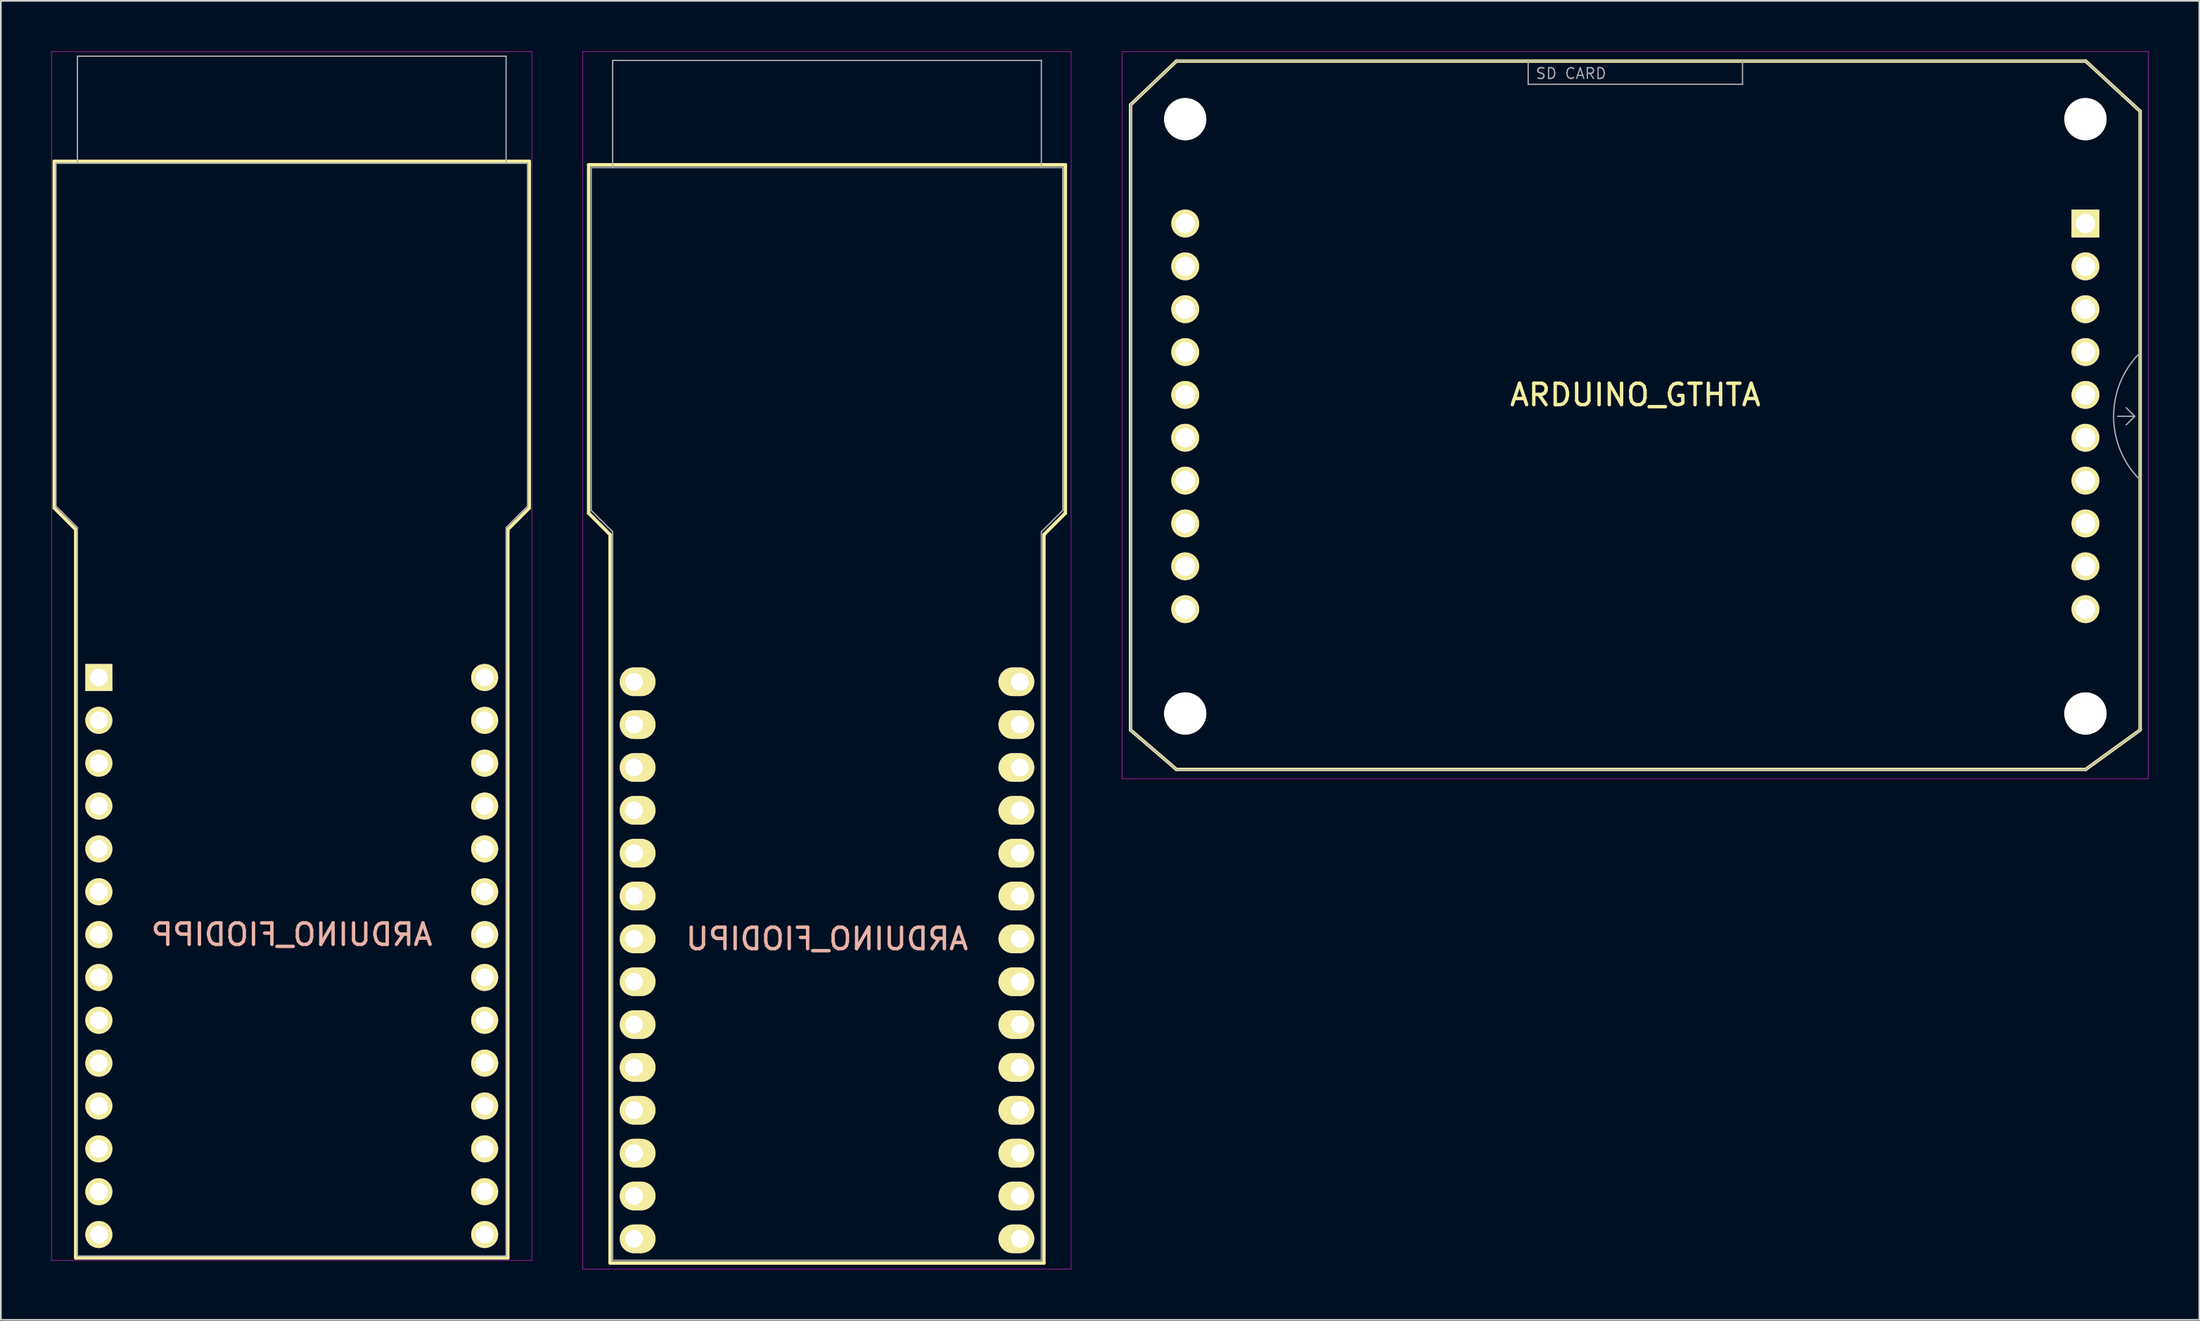
<source format=kicad_pcb>
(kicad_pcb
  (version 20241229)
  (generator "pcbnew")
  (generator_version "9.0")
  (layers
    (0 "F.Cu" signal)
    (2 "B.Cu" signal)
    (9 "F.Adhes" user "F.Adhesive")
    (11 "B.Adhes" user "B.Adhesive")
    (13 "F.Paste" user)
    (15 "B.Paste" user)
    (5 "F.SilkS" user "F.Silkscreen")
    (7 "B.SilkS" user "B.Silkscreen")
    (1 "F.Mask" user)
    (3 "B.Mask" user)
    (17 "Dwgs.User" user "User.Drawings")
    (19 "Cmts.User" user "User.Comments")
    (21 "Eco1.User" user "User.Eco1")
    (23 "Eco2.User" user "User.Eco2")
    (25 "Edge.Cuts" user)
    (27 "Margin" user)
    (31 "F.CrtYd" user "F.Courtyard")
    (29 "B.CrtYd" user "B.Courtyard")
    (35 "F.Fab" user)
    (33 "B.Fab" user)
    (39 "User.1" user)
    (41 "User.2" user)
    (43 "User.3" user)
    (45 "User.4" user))
  (footprint "ARDUINO_GTHTA"
    (layer "F.Cu")
    (at 93.846 21.628)
    (property "Reference" "ARDUINO_GTHTA" (at 0 -1.27 0) (layer "F.SilkS") (effects (font (size 1.27 1.27) (thickness 0.203))))
    (attr through_hole)
    (fp_line (start -29.909 -18.466) (end -27.191 -21.057) (stroke (width 0.203) (type solid)) (layer "F.SilkS"))
    (fp_line (start -29.909 18.593) (end -29.909 -18.466) (stroke (width 0.203) (type solid)) (layer "F.SilkS"))
    (fp_line (start -27.191 -21.057) (end 26.683 -21.057) (stroke (width 0.203) (type solid)) (layer "F.SilkS"))
    (fp_line (start -27.191 20.93) (end -29.909 18.593) (stroke (width 0.203) (type solid)) (layer "F.SilkS"))
    (fp_line (start 26.683 -21.057) (end 29.909 -18.085) (stroke (width 0.203) (type solid)) (layer "F.SilkS"))
    (fp_line (start 26.683 20.93) (end -27.191 20.93) (stroke (width 0.203) (type solid)) (layer "F.SilkS"))
    (fp_line (start 29.909 -18.085) (end 29.909 18.593) (stroke (width 0.203) (type solid)) (layer "F.SilkS"))
    (fp_line (start 29.909 18.593) (end 26.683 20.93) (stroke (width 0.203) (type solid)) (layer "F.SilkS"))
    (fp_line (start -30.404 -21.615) (end 30.404 -21.615) (stroke (width 0.025) (type solid)) (layer "F.CrtYd"))
    (fp_line (start -30.404 21.488) (end -30.404 -21.615) (stroke (width 0.025) (type solid)) (layer "F.CrtYd"))
    (fp_line (start 30.404 -21.615) (end 30.404 21.488) (stroke (width 0.025) (type solid)) (layer "F.CrtYd"))
    (fp_line (start 30.404 21.488) (end -30.404 21.488) (stroke (width 0.025) (type solid)) (layer "F.CrtYd"))
    (fp_line (start -29.896 -18.479) (end -27.178 -21.069) (stroke (width 0.076) (type solid)) (layer "F.Fab"))
    (fp_line (start -29.896 18.605) (end -29.896 -18.479) (stroke (width 0.076) (type solid)) (layer "F.Fab"))
    (fp_line (start -27.178 -21.069) (end 26.67 -21.069) (stroke (width 0.076) (type solid)) (layer "F.Fab"))
    (fp_line (start -27.178 20.942) (end -29.896 18.605) (stroke (width 0.076) (type solid)) (layer "F.Fab"))
    (fp_line (start -6.35 -21.069) (end -6.35 -19.685) (stroke (width 0.076) (type solid)) (layer "F.Fab"))
    (fp_line (start -6.35 -19.685) (end 6.35 -19.685) (stroke (width 0.076) (type solid)) (layer "F.Fab"))
    (fp_line (start 6.35 -19.685) (end 6.35 -21.069) (stroke (width 0.076) (type solid)) (layer "F.Fab"))
    (fp_line (start 26.67 -21.069) (end 29.896 -18.098) (stroke (width 0.076) (type solid)) (layer "F.Fab"))
    (fp_line (start 26.67 20.942) (end -27.178 20.942) (stroke (width 0.076) (type solid)) (layer "F.Fab"))
    (fp_line (start 29.591 0) (end 28.575 0) (stroke (width 0.076) (type solid)) (layer "F.Fab"))
    (fp_line (start 29.591 0) (end 29.083 -0.508) (stroke (width 0.076) (type solid)) (layer "F.Fab"))
    (fp_line (start 29.591 0) (end 29.083 0.508) (stroke (width 0.076) (type solid)) (layer "F.Fab"))
    (fp_line (start 29.896 -18.098) (end 29.896 18.605) (stroke (width 0.076) (type solid)) (layer "F.Fab"))
    (fp_line (start 29.896 18.605) (end 26.67 20.942) (stroke (width 0.076) (type solid)) (layer "F.Fab"))
    (fp_arc (start 29.8958 3.7592) (mid 28.338688 0) (end 29.8958 -3.7592) (stroke (width 0.0762) (type solid)) (layer "F.Fab"))
    (fp_text user "SD CARD" (at -3.81 -20.32 0) (layer "F.Fab") (effects (font (size 0.635 0.635) (thickness 0.076))))
    (pad "" np_thru_hole circle (at -26.67 -17.615 0.1) (size 2.5 2.5) (drill 2.5) (layers "*.Cu" "*.Mask" "F.SilkS"))
    (pad "" np_thru_hole circle (at -26.67 17.615 0.1) (size 2.5 2.5) (drill 2.5) (layers "*.Cu" "*.Mask" "F.SilkS"))
    (pad "" np_thru_hole circle (at 26.67 -17.615 0.1) (size 2.5 2.5) (drill 2.5) (layers "*.Cu" "*.Mask" "F.SilkS"))
    (pad "" np_thru_hole circle (at 26.67 17.615 0.1) (size 2.5 2.5) (drill 2.5) (layers "*.Cu" "*.Mask" "F.SilkS"))
    (pad "0" thru_hole circle (at -26.67 -11.43) (size 1.65 1.65) (drill 1.15) (layers "*.Cu" "*.Mask" "F.SilkS"))
    (pad "0" thru_hole circle (at -26.67 -8.89) (size 1.65 1.65) (drill 1.15) (layers "*.Cu" "*.Mask" "F.SilkS"))
    (pad "0" thru_hole circle (at -26.67 -6.35) (size 1.65 1.65) (drill 1.15) (layers "*.Cu" "*.Mask" "F.SilkS"))
    (pad "0" thru_hole circle (at -26.67 -3.81) (size 1.65 1.65) (drill 1.15) (layers "*.Cu" "*.Mask" "F.SilkS"))
    (pad "0" thru_hole circle (at -26.67 -1.27) (size 1.65 1.65) (drill 1.15) (layers "*.Cu" "*.Mask" "F.SilkS"))
    (pad "0" thru_hole circle (at -26.67 1.27) (size 1.65 1.65) (drill 1.15) (layers "*.Cu" "*.Mask" "F.SilkS"))
    (pad "0" thru_hole circle (at -26.67 3.81) (size 1.65 1.65) (drill 1.15) (layers "*.Cu" "*.Mask" "F.SilkS"))
    (pad "0" thru_hole circle (at -26.67 6.35) (size 1.65 1.65) (drill 1.15) (layers "*.Cu" "*.Mask" "F.SilkS"))
    (pad "0" thru_hole circle (at -26.67 8.89) (size 1.65 1.65) (drill 1.15) (layers "*.Cu" "*.Mask" "F.SilkS"))
    (pad "0" thru_hole circle (at -26.67 11.43) (size 1.65 1.65) (drill 1.15) (layers "*.Cu" "*.Mask" "F.SilkS"))
    (pad "1" thru_hole rect (at 26.67 -11.43) (size 1.65 1.65) (drill 1.15) (layers "*.Cu" "*.Mask" "F.SilkS"))
    (pad "2" thru_hole circle (at 26.67 -8.89) (size 1.65 1.65) (drill 1.15) (layers "*.Cu" "*.Mask" "F.SilkS"))
    (pad "3" thru_hole circle (at 26.67 -6.35) (size 1.65 1.65) (drill 1.15) (layers "*.Cu" "*.Mask" "F.SilkS"))
    (pad "4" thru_hole circle (at 26.67 -3.81) (size 1.65 1.65) (drill 1.15) (layers "*.Cu" "*.Mask" "F.SilkS"))
    (pad "5" thru_hole circle (at 26.67 -1.27) (size 1.65 1.65) (drill 1.15) (layers "*.Cu" "*.Mask" "F.SilkS"))
    (pad "6" thru_hole circle (at 26.67 1.27) (size 1.65 1.65) (drill 1.15) (layers "*.Cu" "*.Mask" "F.SilkS"))
    (pad "7" thru_hole circle (at 26.67 3.81) (size 1.65 1.65) (drill 1.15) (layers "*.Cu" "*.Mask" "F.SilkS"))
    (pad "8" thru_hole circle (at 26.67 6.35) (size 1.65 1.65) (drill 1.15) (layers "*.Cu" "*.Mask" "F.SilkS"))
    (pad "9" thru_hole circle (at 26.67 8.89) (size 1.65 1.65) (drill 1.15) (layers "*.Cu" "*.Mask" "F.SilkS"))
    (pad "10" thru_hole circle (at 26.67 11.43) (size 1.65 1.65) (drill 1.15) (layers "*.Cu" "*.Mask" "F.SilkS")))
  (footprint "ARDUINO_FIODIPP"
    (layer "F.Cu")
    (at 14.237 53.619)
    (property "Reference" "ARDUINO_FIODIPP" (at 0 -1.27 0) (layer "B.SilkS") (effects (font (size 1.27 1.27) (thickness 0.203)) (justify mirror)))
    (attr through_hole)
    (fp_line (start -14.072 -47.104) (end -14.072 -26.556) (stroke (width 0.203) (type solid)) (layer "F.SilkS"))
    (fp_line (start -14.072 -26.556) (end -12.802 -25.286) (stroke (width 0.203) (type solid)) (layer "F.SilkS"))
    (fp_line (start -12.802 -25.286) (end -12.802 17.894) (stroke (width 0.203) (type solid)) (layer "F.SilkS"))
    (fp_line (start -12.802 17.894) (end 12.802 17.894) (stroke (width 0.203) (type solid)) (layer "F.SilkS"))
    (fp_line (start 12.802 -25.286) (end 14.072 -26.556) (stroke (width 0.203) (type solid)) (layer "F.SilkS"))
    (fp_line (start 12.802 17.894) (end 12.802 -25.286) (stroke (width 0.203) (type solid)) (layer "F.SilkS"))
    (fp_line (start 14.072 -47.104) (end -14.072 -47.104) (stroke (width 0.203) (type solid)) (layer "F.SilkS"))
    (fp_line (start 14.072 -26.556) (end 14.072 -47.104) (stroke (width 0.203) (type solid)) (layer "F.SilkS"))
    (fp_line (start -14.224 -53.607) (end -14.224 18.047) (stroke (width 0.025) (type solid)) (layer "F.CrtYd"))
    (fp_line (start -14.224 18.047) (end 14.224 18.047) (stroke (width 0.025) (type solid)) (layer "F.CrtYd"))
    (fp_line (start 14.224 -53.607) (end -14.224 -53.607) (stroke (width 0.025) (type solid)) (layer "F.CrtYd"))
    (fp_line (start 14.224 18.047) (end 14.224 -53.607) (stroke (width 0.025) (type solid)) (layer "F.CrtYd"))
    (fp_line (start -13.97 -46.99) (end -13.97 -26.67) (stroke (width 0.076) (type solid)) (layer "F.Fab"))
    (fp_line (start -13.97 -26.67) (end -12.7 -25.4) (stroke (width 0.076) (type solid)) (layer "F.Fab"))
    (fp_line (start -12.7 -53.34) (end -12.7 -46.99) (stroke (width 0.076) (type solid)) (layer "F.Fab"))
    (fp_line (start -12.7 -25.4) (end -12.7 17.78) (stroke (width 0.076) (type solid)) (layer "F.Fab"))
    (fp_line (start -12.7 17.78) (end 12.7 17.78) (stroke (width 0.076) (type solid)) (layer "F.Fab"))
    (fp_line (start 12.7 -53.34) (end -12.7 -53.34) (stroke (width 0.076) (type solid)) (layer "F.Fab"))
    (fp_line (start 12.7 -46.99) (end 12.7 -53.34) (stroke (width 0.076) (type solid)) (layer "F.Fab"))
    (fp_line (start 12.7 -25.4) (end 13.97 -26.67) (stroke (width 0.076) (type solid)) (layer "F.Fab"))
    (fp_line (start 12.7 17.78) (end 12.7 -25.4) (stroke (width 0.076) (type solid)) (layer "F.Fab"))
    (fp_line (start 13.97 -46.99) (end -13.97 -46.99) (stroke (width 0.076) (type solid)) (layer "F.Fab"))
    (fp_line (start 13.97 -26.67) (end 13.97 -46.99) (stroke (width 0.076) (type solid)) (layer "F.Fab"))
    (pad "1" thru_hole rect (at -11.43 -16.51) (size 1.6 1.6) (drill 1.05) (layers "*.Cu" "*.Mask" "F.SilkS"))
    (pad "2" thru_hole circle (at -11.43 -13.97) (size 1.6 1.6) (drill 1.05) (layers "*.Cu" "*.Mask" "F.SilkS"))
    (pad "3" thru_hole circle (at -11.43 -11.43) (size 1.6 1.6) (drill 1.05) (layers "*.Cu" "*.Mask" "F.SilkS"))
    (pad "4" thru_hole circle (at -11.43 -8.89) (size 1.6 1.6) (drill 1.05) (layers "*.Cu" "*.Mask" "F.SilkS"))
    (pad "5" thru_hole circle (at -11.43 -6.35) (size 1.6 1.6) (drill 1.05) (layers "*.Cu" "*.Mask" "F.SilkS"))
    (pad "6" thru_hole circle (at -11.43 -3.81) (size 1.6 1.6) (drill 1.05) (layers "*.Cu" "*.Mask" "F.SilkS"))
    (pad "7" thru_hole circle (at -11.43 -1.27) (size 1.6 1.6) (drill 1.05) (layers "*.Cu" "*.Mask" "F.SilkS"))
    (pad "8" thru_hole circle (at -11.43 1.27) (size 1.6 1.6) (drill 1.05) (layers "*.Cu" "*.Mask" "F.SilkS"))
    (pad "9" thru_hole circle (at -11.43 3.81) (size 1.6 1.6) (drill 1.05) (layers "*.Cu" "*.Mask" "F.SilkS"))
    (pad "10" thru_hole circle (at -11.43 6.35) (size 1.6 1.6) (drill 1.05) (layers "*.Cu" "*.Mask" "F.SilkS"))
    (pad "11" thru_hole circle (at -11.43 8.89) (size 1.6 1.6) (drill 1.05) (layers "*.Cu" "*.Mask" "F.SilkS"))
    (pad "12" thru_hole circle (at -11.43 11.43) (size 1.6 1.6) (drill 1.05) (layers "*.Cu" "*.Mask" "F.SilkS"))
    (pad "13" thru_hole circle (at -11.43 13.97) (size 1.6 1.6) (drill 1.05) (layers "*.Cu" "*.Mask" "F.SilkS"))
    (pad "14" thru_hole circle (at -11.43 16.51) (size 1.6 1.6) (drill 1.05) (layers "*.Cu" "*.Mask" "F.SilkS"))
    (pad "15" thru_hole circle (at 11.43 16.51) (size 1.6 1.6) (drill 1.05) (layers "*.Cu" "*.Mask" "F.SilkS"))
    (pad "16" thru_hole circle (at 11.43 13.97) (size 1.6 1.6) (drill 1.05) (layers "*.Cu" "*.Mask" "F.SilkS"))
    (pad "17" thru_hole circle (at 11.43 11.43) (size 1.6 1.6) (drill 1.05) (layers "*.Cu" "*.Mask" "F.SilkS"))
    (pad "18" thru_hole circle (at 11.43 8.89) (size 1.6 1.6) (drill 1.05) (layers "*.Cu" "*.Mask" "F.SilkS"))
    (pad "19" thru_hole circle (at 11.43 6.35) (size 1.6 1.6) (drill 1.05) (layers "*.Cu" "*.Mask" "F.SilkS"))
    (pad "20" thru_hole circle (at 11.43 3.81) (size 1.6 1.6) (drill 1.05) (layers "*.Cu" "*.Mask" "F.SilkS"))
    (pad "21" thru_hole circle (at 11.43 1.27) (size 1.6 1.6) (drill 1.05) (layers "*.Cu" "*.Mask" "F.SilkS"))
    (pad "22" thru_hole circle (at 11.43 -1.27) (size 1.6 1.6) (drill 1.05) (layers "*.Cu" "*.Mask" "F.SilkS"))
    (pad "23" thru_hole circle (at 11.43 -3.81) (size 1.6 1.6) (drill 1.05) (layers "*.Cu" "*.Mask" "F.SilkS"))
    (pad "24" thru_hole circle (at 11.43 -6.35) (size 1.6 1.6) (drill 1.05) (layers "*.Cu" "*.Mask" "F.SilkS"))
    (pad "25" thru_hole circle (at 11.43 -8.89) (size 1.6 1.6) (drill 1.05) (layers "*.Cu" "*.Mask" "F.SilkS"))
    (pad "26" thru_hole circle (at 11.43 -11.43) (size 1.6 1.6) (drill 1.05) (layers "*.Cu" "*.Mask" "F.SilkS"))
    (pad "27" thru_hole circle (at 11.43 -13.97) (size 1.6 1.6) (drill 1.05) (layers "*.Cu" "*.Mask" "F.SilkS"))
    (pad "28" thru_hole circle (at 11.43 -16.51) (size 1.6 1.6) (drill 1.05) (layers "*.Cu" "*.Mask" "F.SilkS")))
  (footprint "ARDUINO_FIODIPU"
    (layer "F.Cu")
    (at 45.951 53.873)
    (property "Reference" "ARDUINO_FIODIPU" (at 0 -1.27 0) (layer "B.SilkS") (effects (font (size 1.27 1.27) (thickness 0.203)) (justify mirror)))
    (attr through_hole)
    (fp_line (start -14.122 -47.155) (end -14.122 -26.505) (stroke (width 0.203) (type solid)) (layer "F.SilkS"))
    (fp_line (start -14.122 -26.505) (end -12.852 -25.235) (stroke (width 0.203) (type solid)) (layer "F.SilkS"))
    (fp_line (start -12.852 -25.235) (end -12.852 17.932) (stroke (width 0.203) (type solid)) (layer "F.SilkS"))
    (fp_line (start -12.852 17.945) (end 12.852 17.945) (stroke (width 0.203) (type solid)) (layer "F.SilkS"))
    (fp_line (start 12.852 -25.235) (end 14.122 -26.505) (stroke (width 0.203) (type solid)) (layer "F.SilkS"))
    (fp_line (start 12.852 17.945) (end 12.852 -25.235) (stroke (width 0.203) (type solid)) (layer "F.SilkS"))
    (fp_line (start 14.122 -47.155) (end -14.122 -47.155) (stroke (width 0.203) (type solid)) (layer "F.SilkS"))
    (fp_line (start 14.122 -26.505) (end 14.122 -47.155) (stroke (width 0.203) (type solid)) (layer "F.SilkS"))
    (fp_line (start -14.465 -53.861) (end -14.465 18.301) (stroke (width 0.025) (type solid)) (layer "F.CrtYd"))
    (fp_line (start -14.465 18.301) (end 14.465 18.301) (stroke (width 0.025) (type solid)) (layer "F.CrtYd"))
    (fp_line (start 14.465 -53.861) (end -14.465 -53.861) (stroke (width 0.025) (type solid)) (layer "F.CrtYd"))
    (fp_line (start 14.465 18.301) (end 14.465 -53.861) (stroke (width 0.025) (type solid)) (layer "F.CrtYd"))
    (fp_line (start -13.97 -46.99) (end -13.97 -26.67) (stroke (width 0.076) (type solid)) (layer "F.Fab"))
    (fp_line (start -13.97 -26.67) (end -12.7 -25.4) (stroke (width 0.076) (type solid)) (layer "F.Fab"))
    (fp_line (start -12.7 -53.34) (end -12.7 -46.99) (stroke (width 0.076) (type solid)) (layer "F.Fab"))
    (fp_line (start -12.7 -25.4) (end -12.7 17.78) (stroke (width 0.076) (type solid)) (layer "F.Fab"))
    (fp_line (start -12.7 17.78) (end 12.7 17.78) (stroke (width 0.076) (type solid)) (layer "F.Fab"))
    (fp_line (start 12.7 -53.34) (end -12.7 -53.34) (stroke (width 0.076) (type solid)) (layer "F.Fab"))
    (fp_line (start 12.7 -46.99) (end 12.7 -53.34) (stroke (width 0.076) (type solid)) (layer "F.Fab"))
    (fp_line (start 12.7 -25.4) (end 13.97 -26.67) (stroke (width 0.076) (type solid)) (layer "F.Fab"))
    (fp_line (start 12.7 17.78) (end 12.7 -25.4) (stroke (width 0.076) (type solid)) (layer "F.Fab"))
    (fp_line (start 13.97 -46.99) (end -13.97 -46.99) (stroke (width 0.076) (type solid)) (layer "F.Fab"))
    (fp_line (start 13.97 -26.67) (end 13.97 -46.99) (stroke (width 0.076) (type solid)) (layer "F.Fab"))
    (pad "1" thru_hole oval (at -11.43 -16.51) (size 2.12 1.7) (drill 1.05 (offset 0.21 0)) (layers "*.Cu" "*.Mask" "F.SilkS"))
    (pad "2" thru_hole oval (at -11.43 -13.97) (size 2.12 1.7) (drill 1.05 (offset 0.21 0)) (layers "*.Cu" "*.Mask" "F.SilkS"))
    (pad "3" thru_hole oval (at -11.43 -11.43) (size 2.12 1.7) (drill 1.05 (offset 0.21 0)) (layers "*.Cu" "*.Mask" "F.SilkS"))
    (pad "4" thru_hole oval (at -11.43 -8.89) (size 2.12 1.7) (drill 1.05 (offset 0.21 0)) (layers "*.Cu" "*.Mask" "F.SilkS"))
    (pad "5" thru_hole oval (at -11.43 -6.35) (size 2.12 1.7) (drill 1.05 (offset 0.21 0)) (layers "*.Cu" "*.Mask" "F.SilkS"))
    (pad "6" thru_hole oval (at -11.43 -3.81) (size 2.12 1.7) (drill 1.05 (offset 0.21 0)) (layers "*.Cu" "*.Mask" "F.SilkS"))
    (pad "7" thru_hole oval (at -11.43 -1.27) (size 2.12 1.7) (drill 1.05 (offset 0.21 0)) (layers "*.Cu" "*.Mask" "F.SilkS"))
    (pad "8" thru_hole oval (at -11.43 1.27) (size 2.12 1.7) (drill 1.05 (offset 0.21 0)) (layers "*.Cu" "*.Mask" "F.SilkS"))
    (pad "9" thru_hole oval (at -11.43 3.81) (size 2.12 1.7) (drill 1.05 (offset 0.21 0)) (layers "*.Cu" "*.Mask" "F.SilkS"))
    (pad "10" thru_hole oval (at -11.43 6.35) (size 2.12 1.7) (drill 1.05 (offset 0.21 0)) (layers "*.Cu" "*.Mask" "F.SilkS"))
    (pad "11" thru_hole oval (at -11.43 8.89) (size 2.12 1.7) (drill 1.05 (offset 0.21 0)) (layers "*.Cu" "*.Mask" "F.SilkS"))
    (pad "12" thru_hole oval (at -11.43 11.43) (size 2.12 1.7) (drill 1.05 (offset 0.21 0)) (layers "*.Cu" "*.Mask" "F.SilkS"))
    (pad "13" thru_hole oval (at -11.43 13.97) (size 2.12 1.7) (drill 1.05 (offset 0.21 0)) (layers "*.Cu" "*.Mask" "F.SilkS"))
    (pad "14" thru_hole oval (at -11.43 16.51) (size 2.12 1.7) (drill 1.05 (offset 0.21 0)) (layers "*.Cu" "*.Mask" "F.SilkS"))
    (pad "15" thru_hole oval (at 11.43 16.51 180) (size 2.12 1.7) (drill 1.05 (offset 0.21 0)) (layers "*.Cu" "*.Mask" "F.SilkS"))
    (pad "16" thru_hole oval (at 11.43 13.97 180) (size 2.12 1.7) (drill 1.05 (offset 0.21 0)) (layers "*.Cu" "*.Mask" "F.SilkS"))
    (pad "17" thru_hole oval (at 11.43 11.43 180) (size 2.12 1.7) (drill 1.05 (offset 0.21 0)) (layers "*.Cu" "*.Mask" "F.SilkS"))
    (pad "18" thru_hole oval (at 11.43 8.89 180) (size 2.12 1.7) (drill 1.05 (offset 0.21 0)) (layers "*.Cu" "*.Mask" "F.SilkS"))
    (pad "19" thru_hole oval (at 11.43 6.35 180) (size 2.12 1.7) (drill 1.05 (offset 0.21 0)) (layers "*.Cu" "*.Mask" "F.SilkS"))
    (pad "20" thru_hole oval (at 11.43 3.81 180) (size 2.12 1.7) (drill 1.05 (offset 0.21 0)) (layers "*.Cu" "*.Mask" "F.SilkS"))
    (pad "21" thru_hole oval (at 11.43 1.27 180) (size 2.12 1.7) (drill 1.05 (offset 0.21 0)) (layers "*.Cu" "*.Mask" "F.SilkS"))
    (pad "22" thru_hole oval (at 11.43 -1.27 180) (size 2.12 1.7) (drill 1.05 (offset 0.21 0)) (layers "*.Cu" "*.Mask" "F.SilkS"))
    (pad "23" thru_hole oval (at 11.43 -3.81 180) (size 2.12 1.7) (drill 1.05 (offset 0.21 0)) (layers "*.Cu" "*.Mask" "F.SilkS"))
    (pad "24" thru_hole oval (at 11.43 -6.35 180) (size 2.12 1.7) (drill 1.05 (offset 0.21 0)) (layers "*.Cu" "*.Mask" "F.SilkS"))
    (pad "25" thru_hole oval (at 11.43 -8.89 180) (size 2.12 1.7) (drill 1.05 (offset 0.21 0)) (layers "*.Cu" "*.Mask" "F.SilkS"))
    (pad "26" thru_hole oval (at 11.43 -11.43 180) (size 2.12 1.7) (drill 1.05 (offset 0.21 0)) (layers "*.Cu" "*.Mask" "F.SilkS"))
    (pad "27" thru_hole oval (at 11.43 -13.97 180) (size 2.12 1.7) (drill 1.05 (offset 0.21 0)) (layers "*.Cu" "*.Mask" "F.SilkS"))
    (pad "28" thru_hole oval (at 11.43 -16.51 180) (size 2.12 1.7) (drill 1.05 (offset 0.21 0)) (layers "*.Cu" "*.Mask" "F.SilkS")))
  (gr_rect
    (start -3 -3)
    (end 127.262 75.187)
    (stroke (width 0.1) (type default))
    (fill no)
    (layer "Edge.Cuts")))
</source>
